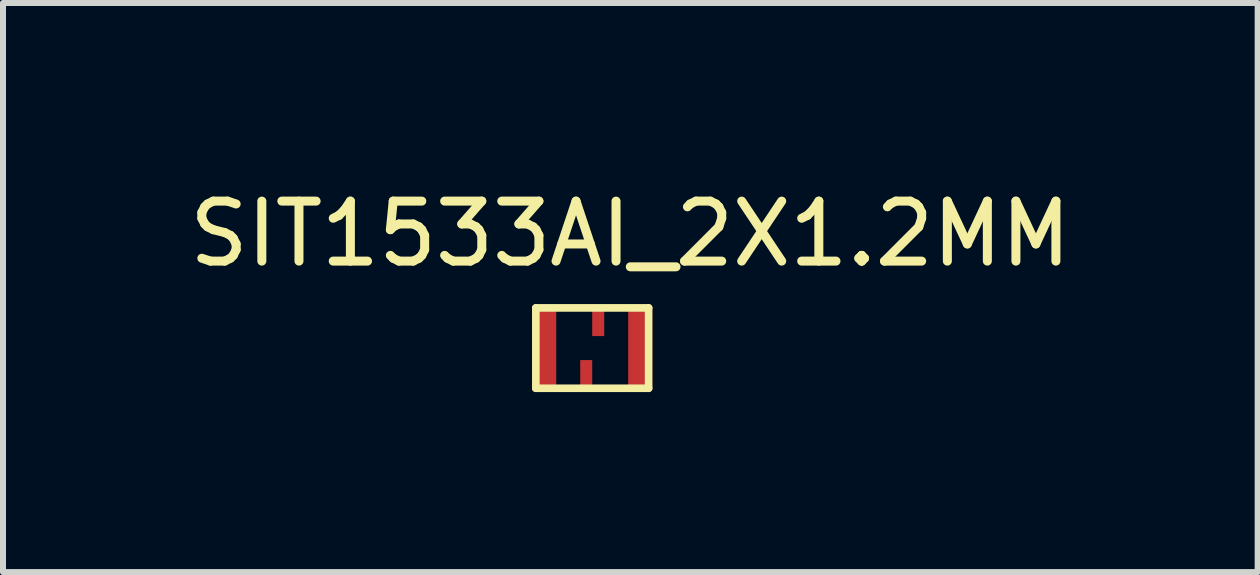
<source format=kicad_pcb>
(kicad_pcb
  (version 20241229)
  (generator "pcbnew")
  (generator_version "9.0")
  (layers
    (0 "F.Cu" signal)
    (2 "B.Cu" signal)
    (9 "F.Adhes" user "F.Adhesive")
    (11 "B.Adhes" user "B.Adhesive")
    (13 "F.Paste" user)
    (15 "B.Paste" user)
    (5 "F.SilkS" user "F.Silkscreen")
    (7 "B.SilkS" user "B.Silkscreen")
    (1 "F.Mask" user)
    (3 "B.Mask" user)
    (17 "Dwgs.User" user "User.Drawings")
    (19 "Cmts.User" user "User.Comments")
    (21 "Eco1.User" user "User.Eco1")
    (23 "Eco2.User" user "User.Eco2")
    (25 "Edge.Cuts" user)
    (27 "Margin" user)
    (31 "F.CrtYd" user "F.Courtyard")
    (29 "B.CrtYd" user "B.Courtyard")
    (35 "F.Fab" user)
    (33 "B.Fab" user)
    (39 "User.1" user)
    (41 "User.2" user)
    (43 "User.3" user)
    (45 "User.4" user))
  (footprint "SIT1533AI_2X1.2MM"
    (layer "F.Cu")
    (at 6.823 2.753)
    (property "Reference" "SIT1533AI_2X1.2MM" (at 0.635 -1.905 0) (layer "F.SilkS") (effects (font (size 1 1) (thickness 0.15))))
    (attr smd)
    (fp_line (start -0.94 -0.67) (end 0.94 -0.67) (stroke (width 0.127) (type solid)) (layer "F.SilkS"))
    (fp_line (start -0.94 0.67) (end -0.94 -0.67) (stroke (width 0.127) (type solid)) (layer "F.SilkS"))
    (fp_line (start 0.94 -0.67) (end 0.94 0.67) (stroke (width 0.127) (type solid)) (layer "F.SilkS"))
    (fp_line (start 0.94 0.67) (end -0.94 0.67) (stroke (width 0.127) (type solid)) (layer "F.SilkS"))
    (pad "1" smd rect (at -0.8 0) (size 0.4 1.4) (layers "F.Cu" "F.Mask" "F.Paste"))
    (pad "2" smd rect (at -0.1 0.45) (size 0.2 0.5) (layers "F.Cu" "F.Mask" "F.Paste"))
    (pad "3" smd rect (at 0.8 0) (size 0.4 1.4) (layers "F.Cu" "F.Mask" "F.Paste"))
    (pad "4" smd rect (at 0.1 -0.45) (size 0.2 0.5) (layers "F.Cu" "F.Mask" "F.Paste")))
  (gr_rect
    (start -3 -3)
    (end 17.917 6.487)
    (stroke (width 0.1) (type default))
    (fill no)
    (layer "Edge.Cuts")))
</source>
